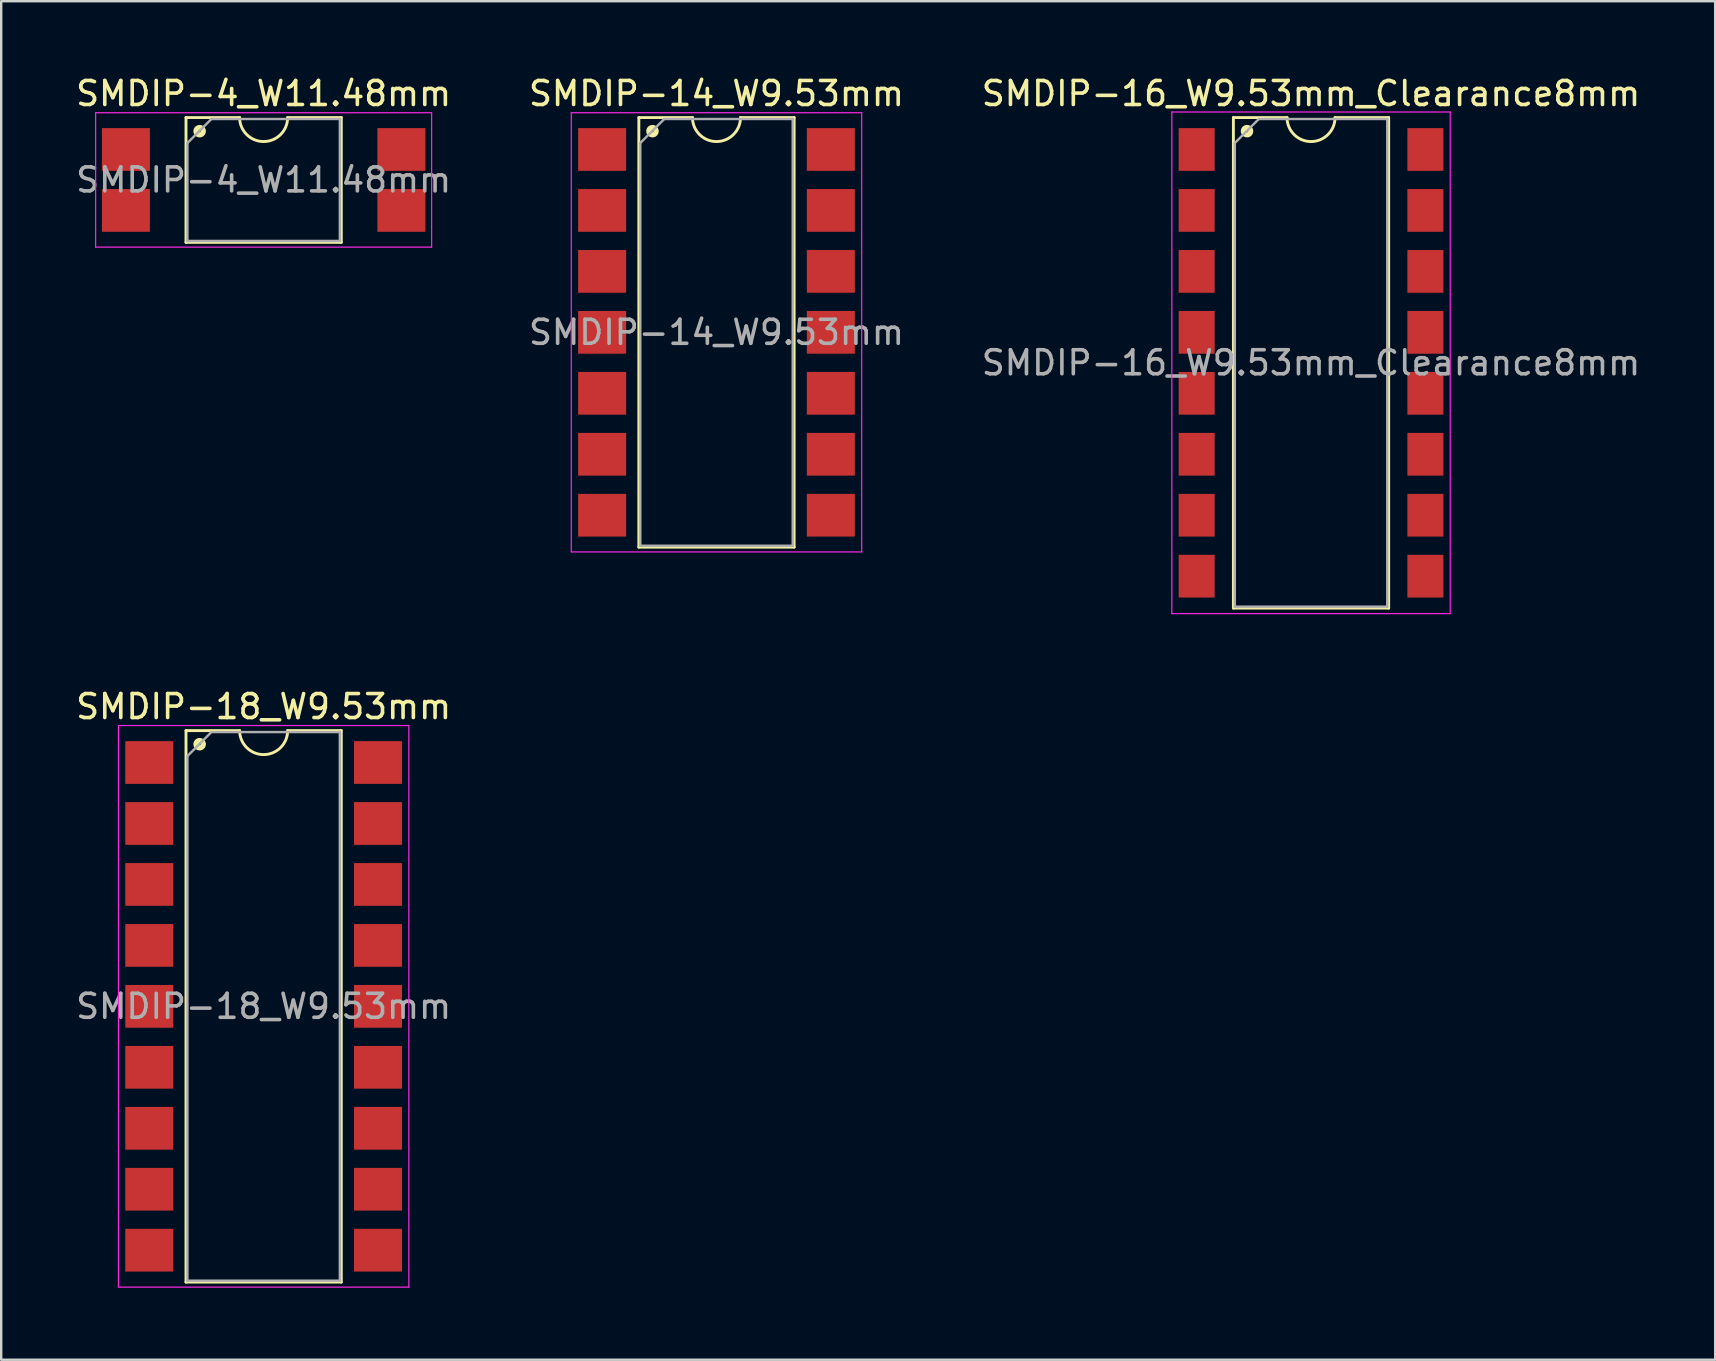
<source format=kicad_pcb>
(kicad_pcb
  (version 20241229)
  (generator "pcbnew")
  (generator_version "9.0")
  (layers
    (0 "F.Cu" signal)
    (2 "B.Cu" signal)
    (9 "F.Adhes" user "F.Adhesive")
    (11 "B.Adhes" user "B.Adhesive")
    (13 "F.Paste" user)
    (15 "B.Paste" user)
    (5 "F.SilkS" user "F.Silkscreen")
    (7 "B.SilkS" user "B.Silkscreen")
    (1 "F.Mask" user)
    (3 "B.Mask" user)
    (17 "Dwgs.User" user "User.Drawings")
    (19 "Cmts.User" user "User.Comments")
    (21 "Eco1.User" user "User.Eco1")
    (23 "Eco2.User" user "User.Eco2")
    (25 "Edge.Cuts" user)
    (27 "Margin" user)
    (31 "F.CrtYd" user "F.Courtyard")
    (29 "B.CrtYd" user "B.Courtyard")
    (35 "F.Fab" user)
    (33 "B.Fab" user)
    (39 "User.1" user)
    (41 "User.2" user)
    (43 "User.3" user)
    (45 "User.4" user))
  (footprint "SMDIP-18_W9.53mm"
    (layer "F.Cu")
    (at 7.935 38.882)
    (property "Reference" "SMDIP-18_W9.53mm" (at 0 -12.49 0) (layer "F.SilkS") (effects (font (size 1 1) (thickness 0.15))))
    (attr smd)
    (fp_line (start -3.235 -11.49) (end -3.235 11.49) (stroke (width 0.12) (type solid)) (layer "F.SilkS"))
    (fp_line (start -3.235 11.49) (end 3.235 11.49) (stroke (width 0.12) (type solid)) (layer "F.SilkS"))
    (fp_line (start -1 -11.49) (end -3.235 -11.49) (stroke (width 0.12) (type solid)) (layer "F.SilkS"))
    (fp_line (start 3.235 -11.49) (end 1 -11.49) (stroke (width 0.12) (type solid)) (layer "F.SilkS"))
    (fp_line (start 3.235 11.49) (end 3.235 -11.49) (stroke (width 0.12) (type solid)) (layer "F.SilkS"))
    (fp_arc (start 1 -11.49) (mid 0 -10.49) (end -1 -11.49) (stroke (width 0.12) (type solid)) (layer "F.SilkS"))
    (fp_circle (center -2.667 -10.922) (end -2.617 -10.922) (stroke (width 0.12) (type solid)) (fill no) (layer "F.SilkS"))
    (fp_circle (center -2.667 -10.922) (end -2.542 -10.922) (stroke (width 0.12) (type solid)) (fill no) (layer "F.SilkS"))
    (fp_circle (center -2.667 -10.922) (end -2.467 -10.922) (stroke (width 0.12) (type solid)) (fill no) (layer "F.SilkS"))
    (fp_line (start -6.05 -11.7) (end -6.05 11.7) (stroke (width 0.05) (type solid)) (layer "F.CrtYd"))
    (fp_line (start -6.05 11.7) (end 6.05 11.7) (stroke (width 0.05) (type solid)) (layer "F.CrtYd"))
    (fp_line (start 6.05 -11.7) (end -6.05 -11.7) (stroke (width 0.05) (type solid)) (layer "F.CrtYd"))
    (fp_line (start 6.05 11.7) (end 6.05 -11.7) (stroke (width 0.05) (type solid)) (layer "F.CrtYd"))
    (fp_line (start -3.175 -10.43) (end -2.175 -11.43) (stroke (width 0.1) (type solid)) (layer "F.Fab"))
    (fp_line (start -3.175 11.43) (end -3.175 -10.43) (stroke (width 0.1) (type solid)) (layer "F.Fab"))
    (fp_line (start -2.175 -11.43) (end 3.175 -11.43) (stroke (width 0.1) (type solid)) (layer "F.Fab"))
    (fp_line (start 3.175 -11.43) (end 3.175 11.43) (stroke (width 0.1) (type solid)) (layer "F.Fab"))
    (fp_line (start 3.175 11.43) (end -3.175 11.43) (stroke (width 0.1) (type solid)) (layer "F.Fab"))
    (fp_text user "${REFERENCE}" (at 0 0 0) (layer "F.Fab") (effects (font (size 1 1) (thickness 0.15))))
    (pad "1" smd rect (at -4.765 -10.16) (size 2 1.78) (layers "F.Cu" "F.Mask" "F.Paste"))
    (pad "2" smd rect (at -4.765 -7.62) (size 2 1.78) (layers "F.Cu" "F.Mask" "F.Paste"))
    (pad "3" smd rect (at -4.765 -5.08) (size 2 1.78) (layers "F.Cu" "F.Mask" "F.Paste"))
    (pad "4" smd rect (at -4.765 -2.54) (size 2 1.78) (layers "F.Cu" "F.Mask" "F.Paste"))
    (pad "5" smd rect (at -4.765 0) (size 2 1.78) (layers "F.Cu" "F.Mask" "F.Paste"))
    (pad "6" smd rect (at -4.765 2.54) (size 2 1.78) (layers "F.Cu" "F.Mask" "F.Paste"))
    (pad "7" smd rect (at -4.765 5.08) (size 2 1.78) (layers "F.Cu" "F.Mask" "F.Paste"))
    (pad "8" smd rect (at -4.765 7.62) (size 2 1.78) (layers "F.Cu" "F.Mask" "F.Paste"))
    (pad "9" smd rect (at -4.765 10.16) (size 2 1.78) (layers "F.Cu" "F.Mask" "F.Paste"))
    (pad "10" smd rect (at 4.765 10.16) (size 2 1.78) (layers "F.Cu" "F.Mask" "F.Paste"))
    (pad "11" smd rect (at 4.765 7.62) (size 2 1.78) (layers "F.Cu" "F.Mask" "F.Paste"))
    (pad "12" smd rect (at 4.765 5.08) (size 2 1.78) (layers "F.Cu" "F.Mask" "F.Paste"))
    (pad "13" smd rect (at 4.765 2.54) (size 2 1.78) (layers "F.Cu" "F.Mask" "F.Paste"))
    (pad "14" smd rect (at 4.765 0) (size 2 1.78) (layers "F.Cu" "F.Mask" "F.Paste"))
    (pad "15" smd rect (at 4.765 -2.54) (size 2 1.78) (layers "F.Cu" "F.Mask" "F.Paste"))
    (pad "16" smd rect (at 4.765 -5.08) (size 2 1.78) (layers "F.Cu" "F.Mask" "F.Paste"))
    (pad "17" smd rect (at 4.765 -7.62) (size 2 1.78) (layers "F.Cu" "F.Mask" "F.Paste"))
    (pad "18" smd rect (at 4.765 -10.16) (size 2 1.78) (layers "F.Cu" "F.Mask" "F.Paste")))
  (footprint "SMDIP-14_W9.53mm"
    (layer "F.Cu")
    (at 26.804 10.798)
    (property "Reference" "SMDIP-14_W9.53mm" (at 0 -9.95 0) (layer "F.SilkS") (effects (font (size 1 1) (thickness 0.15))))
    (attr smd)
    (fp_line (start -3.235 -8.95) (end -3.235 8.95) (stroke (width 0.12) (type solid)) (layer "F.SilkS"))
    (fp_line (start -3.235 8.95) (end 3.235 8.95) (stroke (width 0.12) (type solid)) (layer "F.SilkS"))
    (fp_line (start -1 -8.95) (end -3.235 -8.95) (stroke (width 0.12) (type solid)) (layer "F.SilkS"))
    (fp_line (start 3.235 -8.95) (end 1 -8.95) (stroke (width 0.12) (type solid)) (layer "F.SilkS"))
    (fp_line (start 3.235 8.95) (end 3.235 -8.95) (stroke (width 0.12) (type solid)) (layer "F.SilkS"))
    (fp_arc (start 1 -8.95) (mid 0 -7.95) (end -1 -8.95) (stroke (width 0.12) (type solid)) (layer "F.SilkS"))
    (fp_circle (center -2.667 -8.382) (end -2.617 -8.382) (stroke (width 0.12) (type solid)) (fill no) (layer "F.SilkS"))
    (fp_circle (center -2.667 -8.382) (end -2.542 -8.382) (stroke (width 0.12) (type solid)) (fill no) (layer "F.SilkS"))
    (fp_circle (center -2.667 -8.382) (end -2.467 -8.382) (stroke (width 0.12) (type solid)) (fill no) (layer "F.SilkS"))
    (fp_line (start -6.05 -9.15) (end -6.05 9.15) (stroke (width 0.05) (type solid)) (layer "F.CrtYd"))
    (fp_line (start -6.05 9.15) (end 6.05 9.15) (stroke (width 0.05) (type solid)) (layer "F.CrtYd"))
    (fp_line (start 6.05 -9.15) (end -6.05 -9.15) (stroke (width 0.05) (type solid)) (layer "F.CrtYd"))
    (fp_line (start 6.05 9.15) (end 6.05 -9.15) (stroke (width 0.05) (type solid)) (layer "F.CrtYd"))
    (fp_line (start -3.175 -7.89) (end -2.175 -8.89) (stroke (width 0.1) (type solid)) (layer "F.Fab"))
    (fp_line (start -3.175 8.89) (end -3.175 -7.89) (stroke (width 0.1) (type solid)) (layer "F.Fab"))
    (fp_line (start -2.175 -8.89) (end 3.175 -8.89) (stroke (width 0.1) (type solid)) (layer "F.Fab"))
    (fp_line (start 3.175 -8.89) (end 3.175 8.89) (stroke (width 0.1) (type solid)) (layer "F.Fab"))
    (fp_line (start 3.175 8.89) (end -3.175 8.89) (stroke (width 0.1) (type solid)) (layer "F.Fab"))
    (fp_text user "${REFERENCE}" (at 0 0 0) (layer "F.Fab") (effects (font (size 1 1) (thickness 0.15))))
    (pad "1" smd rect (at -4.765 -7.62) (size 2 1.78) (layers "F.Cu" "F.Mask" "F.Paste"))
    (pad "2" smd rect (at -4.765 -5.08) (size 2 1.78) (layers "F.Cu" "F.Mask" "F.Paste"))
    (pad "3" smd rect (at -4.765 -2.54) (size 2 1.78) (layers "F.Cu" "F.Mask" "F.Paste"))
    (pad "4" smd rect (at -4.765 0) (size 2 1.78) (layers "F.Cu" "F.Mask" "F.Paste"))
    (pad "5" smd rect (at -4.765 2.54) (size 2 1.78) (layers "F.Cu" "F.Mask" "F.Paste"))
    (pad "6" smd rect (at -4.765 5.08) (size 2 1.78) (layers "F.Cu" "F.Mask" "F.Paste"))
    (pad "7" smd rect (at -4.765 7.62) (size 2 1.78) (layers "F.Cu" "F.Mask" "F.Paste"))
    (pad "8" smd rect (at 4.765 7.62) (size 2 1.78) (layers "F.Cu" "F.Mask" "F.Paste"))
    (pad "9" smd rect (at 4.765 5.08) (size 2 1.78) (layers "F.Cu" "F.Mask" "F.Paste"))
    (pad "10" smd rect (at 4.765 2.54) (size 2 1.78) (layers "F.Cu" "F.Mask" "F.Paste"))
    (pad "11" smd rect (at 4.765 0) (size 2 1.78) (layers "F.Cu" "F.Mask" "F.Paste"))
    (pad "12" smd rect (at 4.765 -2.54) (size 2 1.78) (layers "F.Cu" "F.Mask" "F.Paste"))
    (pad "13" smd rect (at 4.765 -5.08) (size 2 1.78) (layers "F.Cu" "F.Mask" "F.Paste"))
    (pad "14" smd rect (at 4.765 -7.62) (size 2 1.78) (layers "F.Cu" "F.Mask" "F.Paste")))
  (footprint "SMDIP-16_W9.53mm_Clearance8mm"
    (layer "F.Cu")
    (at 51.577 12.068)
    (property "Reference" "SMDIP-16_W9.53mm_Clearance8mm" (at 0 -11.22 0) (layer "F.SilkS") (effects (font (size 1 1) (thickness 0.15))))
    (attr smd)
    (fp_line (start -3.235 -10.22) (end -3.235 10.22) (stroke (width 0.12) (type solid)) (layer "F.SilkS"))
    (fp_line (start -3.235 10.22) (end 3.235 10.22) (stroke (width 0.12) (type solid)) (layer "F.SilkS"))
    (fp_line (start -1 -10.22) (end -3.235 -10.22) (stroke (width 0.12) (type solid)) (layer "F.SilkS"))
    (fp_line (start 3.235 -10.22) (end 1 -10.22) (stroke (width 0.12) (type solid)) (layer "F.SilkS"))
    (fp_line (start 3.235 10.22) (end 3.235 -10.22) (stroke (width 0.12) (type solid)) (layer "F.SilkS"))
    (fp_arc (start 1 -10.22) (mid 0 -9.22) (end -1 -10.22) (stroke (width 0.12) (type solid)) (layer "F.SilkS"))
    (fp_circle (center -2.667 -9.652) (end -2.617 -9.652) (stroke (width 0.12) (type solid)) (fill no) (layer "F.SilkS"))
    (fp_circle (center -2.667 -9.652) (end -2.542 -9.652) (stroke (width 0.12) (type solid)) (fill no) (layer "F.SilkS"))
    (fp_circle (center -2.667 -9.652) (end -2.467 -9.652) (stroke (width 0.12) (type solid)) (fill no) (layer "F.SilkS"))
    (fp_line (start -5.8 -10.45) (end -5.8 10.45) (stroke (width 0.05) (type solid)) (layer "F.CrtYd"))
    (fp_line (start -5.8 10.45) (end 5.8 10.45) (stroke (width 0.05) (type solid)) (layer "F.CrtYd"))
    (fp_line (start 5.8 -10.45) (end -5.8 -10.45) (stroke (width 0.05) (type solid)) (layer "F.CrtYd"))
    (fp_line (start 5.8 10.45) (end 5.8 -10.45) (stroke (width 0.05) (type solid)) (layer "F.CrtYd"))
    (fp_line (start -3.175 -9.16) (end -2.175 -10.16) (stroke (width 0.1) (type solid)) (layer "F.Fab"))
    (fp_line (start -3.175 10.16) (end -3.175 -9.16) (stroke (width 0.1) (type solid)) (layer "F.Fab"))
    (fp_line (start -2.175 -10.16) (end 3.175 -10.16) (stroke (width 0.1) (type solid)) (layer "F.Fab"))
    (fp_line (start 3.175 -10.16) (end 3.175 10.16) (stroke (width 0.1) (type solid)) (layer "F.Fab"))
    (fp_line (start 3.175 10.16) (end -3.175 10.16) (stroke (width 0.1) (type solid)) (layer "F.Fab"))
    (fp_text user "${REFERENCE}" (at 0 0 0) (layer "F.Fab") (effects (font (size 1 1) (thickness 0.15))))
    (pad "1" smd rect (at -4.765 -8.89) (size 1.5 1.78) (layers "F.Cu" "F.Mask" "F.Paste"))
    (pad "2" smd rect (at -4.765 -6.35) (size 1.5 1.78) (layers "F.Cu" "F.Mask" "F.Paste"))
    (pad "3" smd rect (at -4.765 -3.81) (size 1.5 1.78) (layers "F.Cu" "F.Mask" "F.Paste"))
    (pad "4" smd rect (at -4.765 -1.27) (size 1.5 1.78) (layers "F.Cu" "F.Mask" "F.Paste"))
    (pad "5" smd rect (at -4.765 1.27) (size 1.5 1.78) (layers "F.Cu" "F.Mask" "F.Paste"))
    (pad "6" smd rect (at -4.765 3.81) (size 1.5 1.78) (layers "F.Cu" "F.Mask" "F.Paste"))
    (pad "7" smd rect (at -4.765 6.35) (size 1.5 1.78) (layers "F.Cu" "F.Mask" "F.Paste"))
    (pad "8" smd rect (at -4.765 8.89) (size 1.5 1.78) (layers "F.Cu" "F.Mask" "F.Paste"))
    (pad "9" smd rect (at 4.765 8.89) (size 1.5 1.78) (layers "F.Cu" "F.Mask" "F.Paste"))
    (pad "10" smd rect (at 4.765 6.35) (size 1.5 1.78) (layers "F.Cu" "F.Mask" "F.Paste"))
    (pad "11" smd rect (at 4.765 3.81) (size 1.5 1.78) (layers "F.Cu" "F.Mask" "F.Paste"))
    (pad "12" smd rect (at 4.765 1.27) (size 1.5 1.78) (layers "F.Cu" "F.Mask" "F.Paste"))
    (pad "13" smd rect (at 4.765 -1.27) (size 1.5 1.78) (layers "F.Cu" "F.Mask" "F.Paste"))
    (pad "14" smd rect (at 4.765 -3.81) (size 1.5 1.78) (layers "F.Cu" "F.Mask" "F.Paste"))
    (pad "15" smd rect (at 4.765 -6.35) (size 1.5 1.78) (layers "F.Cu" "F.Mask" "F.Paste"))
    (pad "16" smd rect (at 4.765 -8.89) (size 1.5 1.78) (layers "F.Cu" "F.Mask" "F.Paste")))
  (footprint "SMDIP-4_W11.48mm"
    (layer "F.Cu")
    (at 7.935 4.448)
    (property "Reference" "SMDIP-4_W11.48mm" (at 0 -3.6 0) (layer "F.SilkS") (effects (font (size 1 1) (thickness 0.15))))
    (attr smd)
    (fp_line (start -3.235 -2.6) (end -3.235 2.6) (stroke (width 0.12) (type solid)) (layer "F.SilkS"))
    (fp_line (start -3.235 2.6) (end 3.235 2.6) (stroke (width 0.12) (type solid)) (layer "F.SilkS"))
    (fp_line (start -1 -2.6) (end -3.235 -2.6) (stroke (width 0.12) (type solid)) (layer "F.SilkS"))
    (fp_line (start 3.235 -2.6) (end 1 -2.6) (stroke (width 0.12) (type solid)) (layer "F.SilkS"))
    (fp_line (start 3.235 2.6) (end 3.235 -2.6) (stroke (width 0.12) (type solid)) (layer "F.SilkS"))
    (fp_arc (start 1 -2.6) (mid 0 -1.6) (end -1 -2.6) (stroke (width 0.12) (type solid)) (layer "F.SilkS"))
    (fp_circle (center -2.667 -2.032) (end -2.617 -2.032) (stroke (width 0.12) (type solid)) (fill no) (layer "F.SilkS"))
    (fp_circle (center -2.667 -2.032) (end -2.542 -2.032) (stroke (width 0.12) (type solid)) (fill no) (layer "F.SilkS"))
    (fp_circle (center -2.667 -2.032) (end -2.467 -2.032) (stroke (width 0.12) (type solid)) (fill no) (layer "F.SilkS"))
    (fp_line (start -7 -2.8) (end -7 2.8) (stroke (width 0.05) (type solid)) (layer "F.CrtYd"))
    (fp_line (start -7 2.8) (end 7 2.8) (stroke (width 0.05) (type solid)) (layer "F.CrtYd"))
    (fp_line (start 7 -2.8) (end -7 -2.8) (stroke (width 0.05) (type solid)) (layer "F.CrtYd"))
    (fp_line (start 7 2.8) (end 7 -2.8) (stroke (width 0.05) (type solid)) (layer "F.CrtYd"))
    (fp_line (start -3.175 -1.54) (end -2.175 -2.54) (stroke (width 0.1) (type solid)) (layer "F.Fab"))
    (fp_line (start -3.175 2.54) (end -3.175 -1.54) (stroke (width 0.1) (type solid)) (layer "F.Fab"))
    (fp_line (start -2.175 -2.54) (end 3.175 -2.54) (stroke (width 0.1) (type solid)) (layer "F.Fab"))
    (fp_line (start 3.175 -2.54) (end 3.175 2.54) (stroke (width 0.1) (type solid)) (layer "F.Fab"))
    (fp_line (start 3.175 2.54) (end -3.175 2.54) (stroke (width 0.1) (type solid)) (layer "F.Fab"))
    (fp_text user "${REFERENCE}" (at 0 0 0) (layer "F.Fab") (effects (font (size 1 1) (thickness 0.15))))
    (pad "1" smd rect (at -5.74 -1.27) (size 2 1.78) (layers "F.Cu" "F.Mask" "F.Paste"))
    (pad "2" smd rect (at -5.74 1.27) (size 2 1.78) (layers "F.Cu" "F.Mask" "F.Paste"))
    (pad "3" smd rect (at 5.74 1.27) (size 2 1.78) (layers "F.Cu" "F.Mask" "F.Paste"))
    (pad "4" smd rect (at 5.74 -1.27) (size 2 1.78) (layers "F.Cu" "F.Mask" "F.Paste")))
  (gr_rect
    (start -3 -3)
    (end 68.417 53.606)
    (stroke (width 0.1) (type default))
    (fill no)
    (layer "Edge.Cuts")))
</source>
